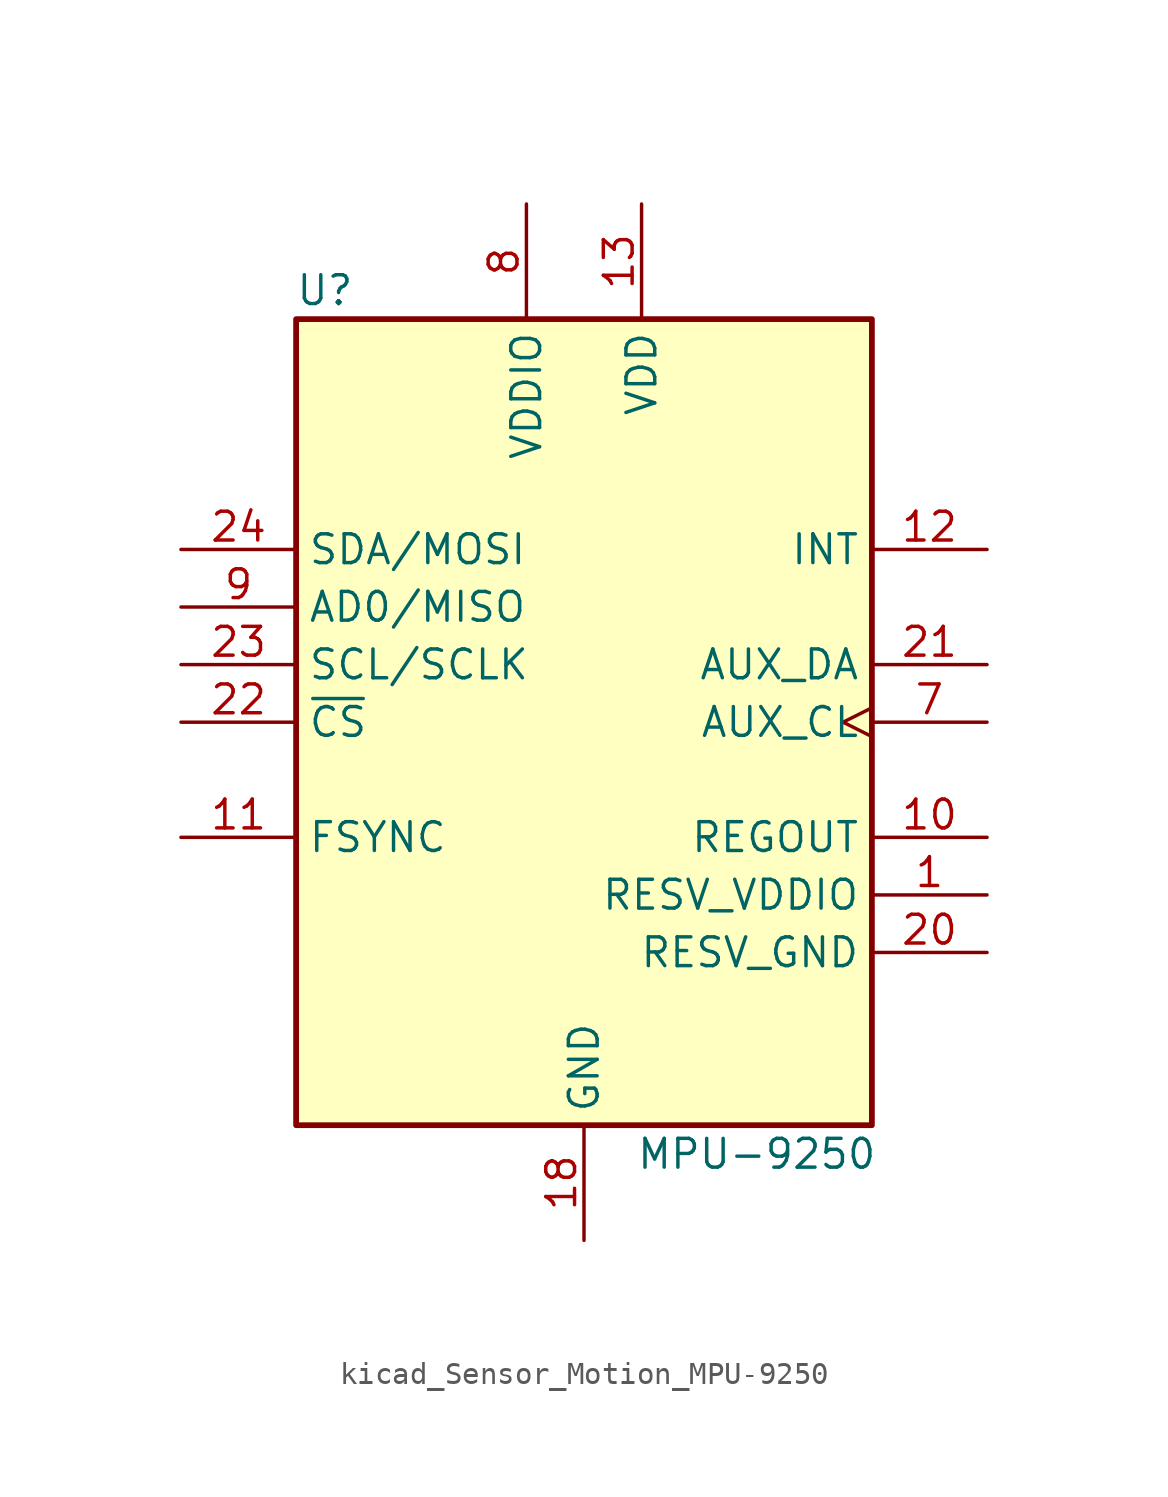
<source format=kicad_sym>
(kicad_symbol_lib
  (version 20220914)
  (generator kicad_symbol_editor)
  (symbol "kicad_Sensor_Motion_MPU-9250"
    (property "Reference" "U"
      (at -11.43 19.05 0)
      (effects (font (size 1.27 1.27))))
    (property "Value" "MPU-9250"
      (at 7.62 -19.05 0)
      (effects (font (size 1.27 1.27))))
    (symbol "kicad_Sensor_Motion_MPU-9250_0_1"
      (rectangle (start -12.7 17.78) (end 12.7 -17.78) (stroke (width 0.254) (type default)) (fill (type background))))
    (symbol "kicad_Sensor_Motion_MPU-9250_1_1"
      (pin input line (at 17.78 -7.62 180) (length 5.08) (name "RESV_VDDIO" (effects (font (size 1.27 1.27)))) (number "1" (effects (font (size 1.27 1.27)))))
      (pin passive line (at 17.78 -5.08 180) (length 5.08) (name "REGOUT" (effects (font (size 1.27 1.27)))) (number "10" (effects (font (size 1.27 1.27)))))
      (pin input line (at -17.78 -5.08 0) (length 5.08) (name "FSYNC" (effects (font (size 1.27 1.27)))) (number "11" (effects (font (size 1.27 1.27)))))
      (pin output line (at 17.78 7.62 180) (length 5.08) (name "INT" (effects (font (size 1.27 1.27)))) (number "12" (effects (font (size 1.27 1.27)))))
      (pin power_in line (at 2.54 22.86 270) (length 5.08) (name "VDD" (effects (font (size 1.27 1.27)))) (number "13" (effects (font (size 1.27 1.27)))))
      (pin power_in line (at 0 -22.86 90) (length 5.08) (name "GND" (effects (font (size 1.27 1.27)))) (number "18" (effects (font (size 1.27 1.27)))))
      (pin power_in line (at 17.78 -10.16 180) (length 5.08) (name "RESV_GND" (effects (font (size 1.27 1.27)))) (number "20" (effects (font (size 1.27 1.27)))))
      (pin bidirectional line (at 17.78 2.54 180) (length 5.08) (name "AUX_DA" (effects (font (size 1.27 1.27)))) (number "21" (effects (font (size 1.27 1.27)))))
      (pin input line (at -17.78 0 0) (length 5.08) (name "~{CS}" (effects (font (size 1.27 1.27)))) (number "22" (effects (font (size 1.27 1.27)))))
      (pin input line (at -17.78 2.54 0) (length 5.08) (name "SCL/SCLK" (effects (font (size 1.27 1.27)))) (number "23" (effects (font (size 1.27 1.27)))))
      (pin bidirectional line (at -17.78 7.62 0) (length 5.08) (name "SDA/MOSI" (effects (font (size 1.27 1.27)))) (number "24" (effects (font (size 1.27 1.27)))))
      (pin output clock (at 17.78 0 180) (length 5.08) (name "AUX_CL" (effects (font (size 1.27 1.27)))) (number "7" (effects (font (size 1.27 1.27)))))
      (pin power_in line (at -2.54 22.86 270) (length 5.08) (name "VDDIO" (effects (font (size 1.27 1.27)))) (number "8" (effects (font (size 1.27 1.27)))))
      (pin bidirectional line (at -17.78 5.08 0) (length 5.08) (name "AD0/MISO" (effects (font (size 1.27 1.27)))) (number "9" (effects (font (size 1.27 1.27))))))))
</source>
